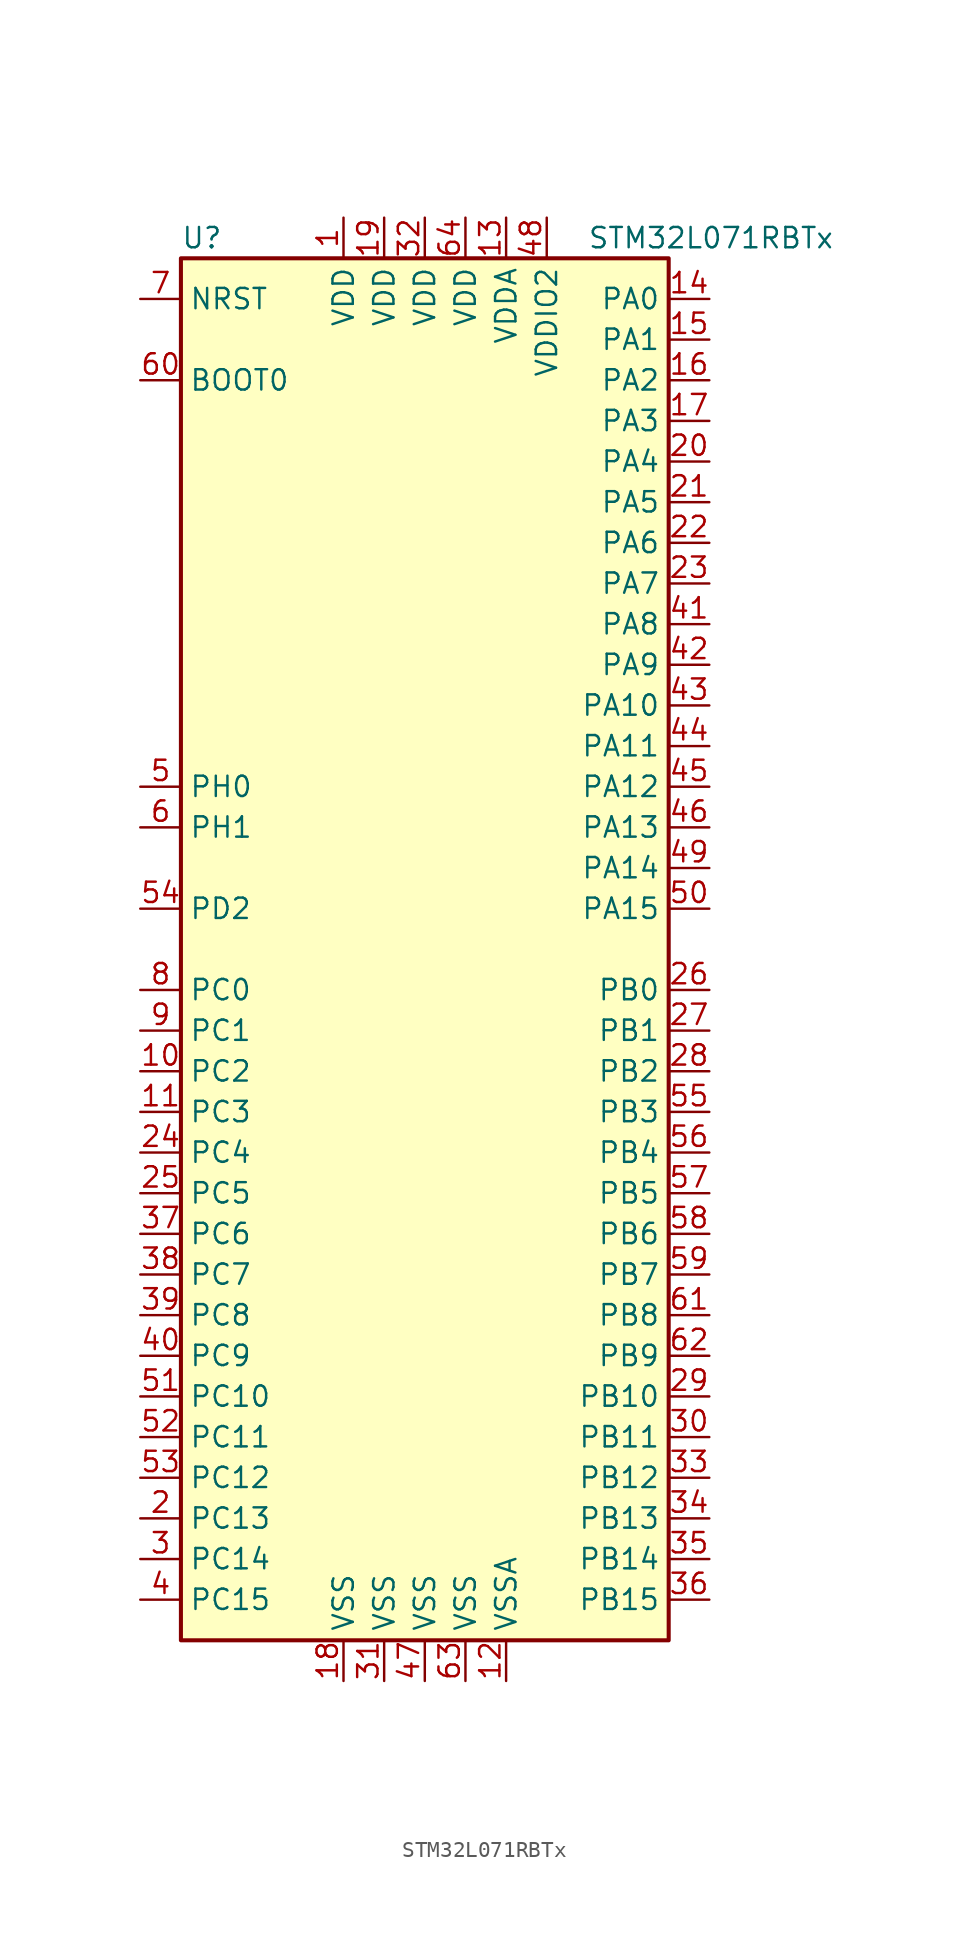
<source format=kicad_sym>
(kicad_symbol_lib
  (version 20201005)
  (generator kicad_symbol_editor)
  (symbol "STM32L071RBTx"
    (property "Reference" "U"
      (at -15.24 44.45 0)
      (effects (font (size 1.27 1.27)) (justify left)))
    (property "Value" "STM32L071RBTx"
      (at 10.16 44.45 0)
      (effects (font (size 1.27 1.27)) (justify left)))
    (symbol "STM32L071RBTx_0_1"
      (rectangle (start -15.24 -43.18) (end 15.24 43.18) (stroke (width 0.254)) (fill (type background))))
    (symbol "STM32L071RBTx_1_1"
      (pin input line (at -17.78 35.56 0) (length 2.54) (name "BOOT0" (effects (font (size 1.27 1.27)))) (number "60" (effects (font (size 1.27 1.27)))))
      (pin input line (at -17.78 40.64 0) (length 2.54) (name "NRST" (effects (font (size 1.27 1.27)))) (number "7" (effects (font (size 1.27 1.27)))))
      (pin bidirectional line (at 17.78 40.64 180) (length 2.54) (name "PA0" (effects (font (size 1.27 1.27)))) (number "14" (effects (font (size 1.27 1.27)))))
      (pin bidirectional line (at 17.78 38.1 180) (length 2.54) (name "PA1" (effects (font (size 1.27 1.27)))) (number "15" (effects (font (size 1.27 1.27)))))
      (pin bidirectional line (at 17.78 15.24 180) (length 2.54) (name "PA10" (effects (font (size 1.27 1.27)))) (number "43" (effects (font (size 1.27 1.27)))))
      (pin bidirectional line (at 17.78 12.7 180) (length 2.54) (name "PA11" (effects (font (size 1.27 1.27)))) (number "44" (effects (font (size 1.27 1.27)))))
      (pin bidirectional line (at 17.78 10.16 180) (length 2.54) (name "PA12" (effects (font (size 1.27 1.27)))) (number "45" (effects (font (size 1.27 1.27)))))
      (pin bidirectional line (at 17.78 7.62 180) (length 2.54) (name "PA13" (effects (font (size 1.27 1.27)))) (number "46" (effects (font (size 1.27 1.27)))))
      (pin bidirectional line (at 17.78 5.08 180) (length 2.54) (name "PA14" (effects (font (size 1.27 1.27)))) (number "49" (effects (font (size 1.27 1.27)))))
      (pin bidirectional line (at 17.78 2.54 180) (length 2.54) (name "PA15" (effects (font (size 1.27 1.27)))) (number "50" (effects (font (size 1.27 1.27)))))
      (pin bidirectional line (at 17.78 35.56 180) (length 2.54) (name "PA2" (effects (font (size 1.27 1.27)))) (number "16" (effects (font (size 1.27 1.27)))))
      (pin bidirectional line (at 17.78 33.02 180) (length 2.54) (name "PA3" (effects (font (size 1.27 1.27)))) (number "17" (effects (font (size 1.27 1.27)))))
      (pin bidirectional line (at 17.78 30.48 180) (length 2.54) (name "PA4" (effects (font (size 1.27 1.27)))) (number "20" (effects (font (size 1.27 1.27)))))
      (pin bidirectional line (at 17.78 27.94 180) (length 2.54) (name "PA5" (effects (font (size 1.27 1.27)))) (number "21" (effects (font (size 1.27 1.27)))))
      (pin bidirectional line (at 17.78 25.4 180) (length 2.54) (name "PA6" (effects (font (size 1.27 1.27)))) (number "22" (effects (font (size 1.27 1.27)))))
      (pin bidirectional line (at 17.78 22.86 180) (length 2.54) (name "PA7" (effects (font (size 1.27 1.27)))) (number "23" (effects (font (size 1.27 1.27)))))
      (pin bidirectional line (at 17.78 20.32 180) (length 2.54) (name "PA8" (effects (font (size 1.27 1.27)))) (number "41" (effects (font (size 1.27 1.27)))))
      (pin bidirectional line (at 17.78 17.78 180) (length 2.54) (name "PA9" (effects (font (size 1.27 1.27)))) (number "42" (effects (font (size 1.27 1.27)))))
      (pin bidirectional line (at 17.78 -2.54 180) (length 2.54) (name "PB0" (effects (font (size 1.27 1.27)))) (number "26" (effects (font (size 1.27 1.27)))))
      (pin bidirectional line (at 17.78 -5.08 180) (length 2.54) (name "PB1" (effects (font (size 1.27 1.27)))) (number "27" (effects (font (size 1.27 1.27)))))
      (pin bidirectional line (at 17.78 -27.94 180) (length 2.54) (name "PB10" (effects (font (size 1.27 1.27)))) (number "29" (effects (font (size 1.27 1.27)))))
      (pin bidirectional line (at 17.78 -30.48 180) (length 2.54) (name "PB11" (effects (font (size 1.27 1.27)))) (number "30" (effects (font (size 1.27 1.27)))))
      (pin bidirectional line (at 17.78 -33.02 180) (length 2.54) (name "PB12" (effects (font (size 1.27 1.27)))) (number "33" (effects (font (size 1.27 1.27)))))
      (pin bidirectional line (at 17.78 -35.56 180) (length 2.54) (name "PB13" (effects (font (size 1.27 1.27)))) (number "34" (effects (font (size 1.27 1.27)))))
      (pin bidirectional line (at 17.78 -38.1 180) (length 2.54) (name "PB14" (effects (font (size 1.27 1.27)))) (number "35" (effects (font (size 1.27 1.27)))))
      (pin bidirectional line (at 17.78 -40.64 180) (length 2.54) (name "PB15" (effects (font (size 1.27 1.27)))) (number "36" (effects (font (size 1.27 1.27)))))
      (pin bidirectional line (at 17.78 -7.62 180) (length 2.54) (name "PB2" (effects (font (size 1.27 1.27)))) (number "28" (effects (font (size 1.27 1.27)))))
      (pin bidirectional line (at 17.78 -10.16 180) (length 2.54) (name "PB3" (effects (font (size 1.27 1.27)))) (number "55" (effects (font (size 1.27 1.27)))))
      (pin bidirectional line (at 17.78 -12.7 180) (length 2.54) (name "PB4" (effects (font (size 1.27 1.27)))) (number "56" (effects (font (size 1.27 1.27)))))
      (pin bidirectional line (at 17.78 -15.24 180) (length 2.54) (name "PB5" (effects (font (size 1.27 1.27)))) (number "57" (effects (font (size 1.27 1.27)))))
      (pin bidirectional line (at 17.78 -17.78 180) (length 2.54) (name "PB6" (effects (font (size 1.27 1.27)))) (number "58" (effects (font (size 1.27 1.27)))))
      (pin bidirectional line (at 17.78 -20.32 180) (length 2.54) (name "PB7" (effects (font (size 1.27 1.27)))) (number "59" (effects (font (size 1.27 1.27)))))
      (pin bidirectional line (at 17.78 -22.86 180) (length 2.54) (name "PB8" (effects (font (size 1.27 1.27)))) (number "61" (effects (font (size 1.27 1.27)))))
      (pin bidirectional line (at 17.78 -25.4 180) (length 2.54) (name "PB9" (effects (font (size 1.27 1.27)))) (number "62" (effects (font (size 1.27 1.27)))))
      (pin bidirectional line (at -17.78 -2.54 0) (length 2.54) (name "PC0" (effects (font (size 1.27 1.27)))) (number "8" (effects (font (size 1.27 1.27)))))
      (pin bidirectional line (at -17.78 -5.08 0) (length 2.54) (name "PC1" (effects (font (size 1.27 1.27)))) (number "9" (effects (font (size 1.27 1.27)))))
      (pin bidirectional line (at -17.78 -27.94 0) (length 2.54) (name "PC10" (effects (font (size 1.27 1.27)))) (number "51" (effects (font (size 1.27 1.27)))))
      (pin bidirectional line (at -17.78 -30.48 0) (length 2.54) (name "PC11" (effects (font (size 1.27 1.27)))) (number "52" (effects (font (size 1.27 1.27)))))
      (pin bidirectional line (at -17.78 -33.02 0) (length 2.54) (name "PC12" (effects (font (size 1.27 1.27)))) (number "53" (effects (font (size 1.27 1.27)))))
      (pin bidirectional line (at -17.78 -35.56 0) (length 2.54) (name "PC13" (effects (font (size 1.27 1.27)))) (number "2" (effects (font (size 1.27 1.27)))))
      (pin bidirectional line (at -17.78 -38.1 0) (length 2.54) (name "PC14" (effects (font (size 1.27 1.27)))) (number "3" (effects (font (size 1.27 1.27)))))
      (pin bidirectional line (at -17.78 -40.64 0) (length 2.54) (name "PC15" (effects (font (size 1.27 1.27)))) (number "4" (effects (font (size 1.27 1.27)))))
      (pin bidirectional line (at -17.78 -7.62 0) (length 2.54) (name "PC2" (effects (font (size 1.27 1.27)))) (number "10" (effects (font (size 1.27 1.27)))))
      (pin bidirectional line (at -17.78 -10.16 0) (length 2.54) (name "PC3" (effects (font (size 1.27 1.27)))) (number "11" (effects (font (size 1.27 1.27)))))
      (pin bidirectional line (at -17.78 -12.7 0) (length 2.54) (name "PC4" (effects (font (size 1.27 1.27)))) (number "24" (effects (font (size 1.27 1.27)))))
      (pin bidirectional line (at -17.78 -15.24 0) (length 2.54) (name "PC5" (effects (font (size 1.27 1.27)))) (number "25" (effects (font (size 1.27 1.27)))))
      (pin bidirectional line (at -17.78 -17.78 0) (length 2.54) (name "PC6" (effects (font (size 1.27 1.27)))) (number "37" (effects (font (size 1.27 1.27)))))
      (pin bidirectional line (at -17.78 -20.32 0) (length 2.54) (name "PC7" (effects (font (size 1.27 1.27)))) (number "38" (effects (font (size 1.27 1.27)))))
      (pin bidirectional line (at -17.78 -22.86 0) (length 2.54) (name "PC8" (effects (font (size 1.27 1.27)))) (number "39" (effects (font (size 1.27 1.27)))))
      (pin bidirectional line (at -17.78 -25.4 0) (length 2.54) (name "PC9" (effects (font (size 1.27 1.27)))) (number "40" (effects (font (size 1.27 1.27)))))
      (pin bidirectional line (at -17.78 2.54 0) (length 2.54) (name "PD2" (effects (font (size 1.27 1.27)))) (number "54" (effects (font (size 1.27 1.27)))))
      (pin input line (at -17.78 10.16 0) (length 2.54) (name "PH0" (effects (font (size 1.27 1.27)))) (number "5" (effects (font (size 1.27 1.27)))))
      (pin input line (at -17.78 7.62 0) (length 2.54) (name "PH1" (effects (font (size 1.27 1.27)))) (number "6" (effects (font (size 1.27 1.27)))))
      (pin power_in line (at -5.08 45.72 270) (length 2.54) (name "VDD" (effects (font (size 1.27 1.27)))) (number "1" (effects (font (size 1.27 1.27)))))
      (pin power_in line (at -2.54 45.72 270) (length 2.54) (name "VDD" (effects (font (size 1.27 1.27)))) (number "19" (effects (font (size 1.27 1.27)))))
      (pin power_in line (at 0 45.72 270) (length 2.54) (name "VDD" (effects (font (size 1.27 1.27)))) (number "32" (effects (font (size 1.27 1.27)))))
      (pin power_in line (at 2.54 45.72 270) (length 2.54) (name "VDD" (effects (font (size 1.27 1.27)))) (number "64" (effects (font (size 1.27 1.27)))))
      (pin power_in line (at 5.08 45.72 270) (length 2.54) (name "VDDA" (effects (font (size 1.27 1.27)))) (number "13" (effects (font (size 1.27 1.27)))))
      (pin power_in line (at 7.62 45.72 270) (length 2.54) (name "VDDIO2" (effects (font (size 1.27 1.27)))) (number "48" (effects (font (size 1.27 1.27)))))
      (pin power_in line (at -5.08 -45.72 90) (length 2.54) (name "VSS" (effects (font (size 1.27 1.27)))) (number "18" (effects (font (size 1.27 1.27)))))
      (pin power_in line (at -2.54 -45.72 90) (length 2.54) (name "VSS" (effects (font (size 1.27 1.27)))) (number "31" (effects (font (size 1.27 1.27)))))
      (pin power_in line (at 0 -45.72 90) (length 2.54) (name "VSS" (effects (font (size 1.27 1.27)))) (number "47" (effects (font (size 1.27 1.27)))))
      (pin power_in line (at 2.54 -45.72 90) (length 2.54) (name "VSS" (effects (font (size 1.27 1.27)))) (number "63" (effects (font (size 1.27 1.27)))))
      (pin power_in line (at 5.08 -45.72 90) (length 2.54) (name "VSSA" (effects (font (size 1.27 1.27)))) (number "12" (effects (font (size 1.27 1.27))))))))
</source>
